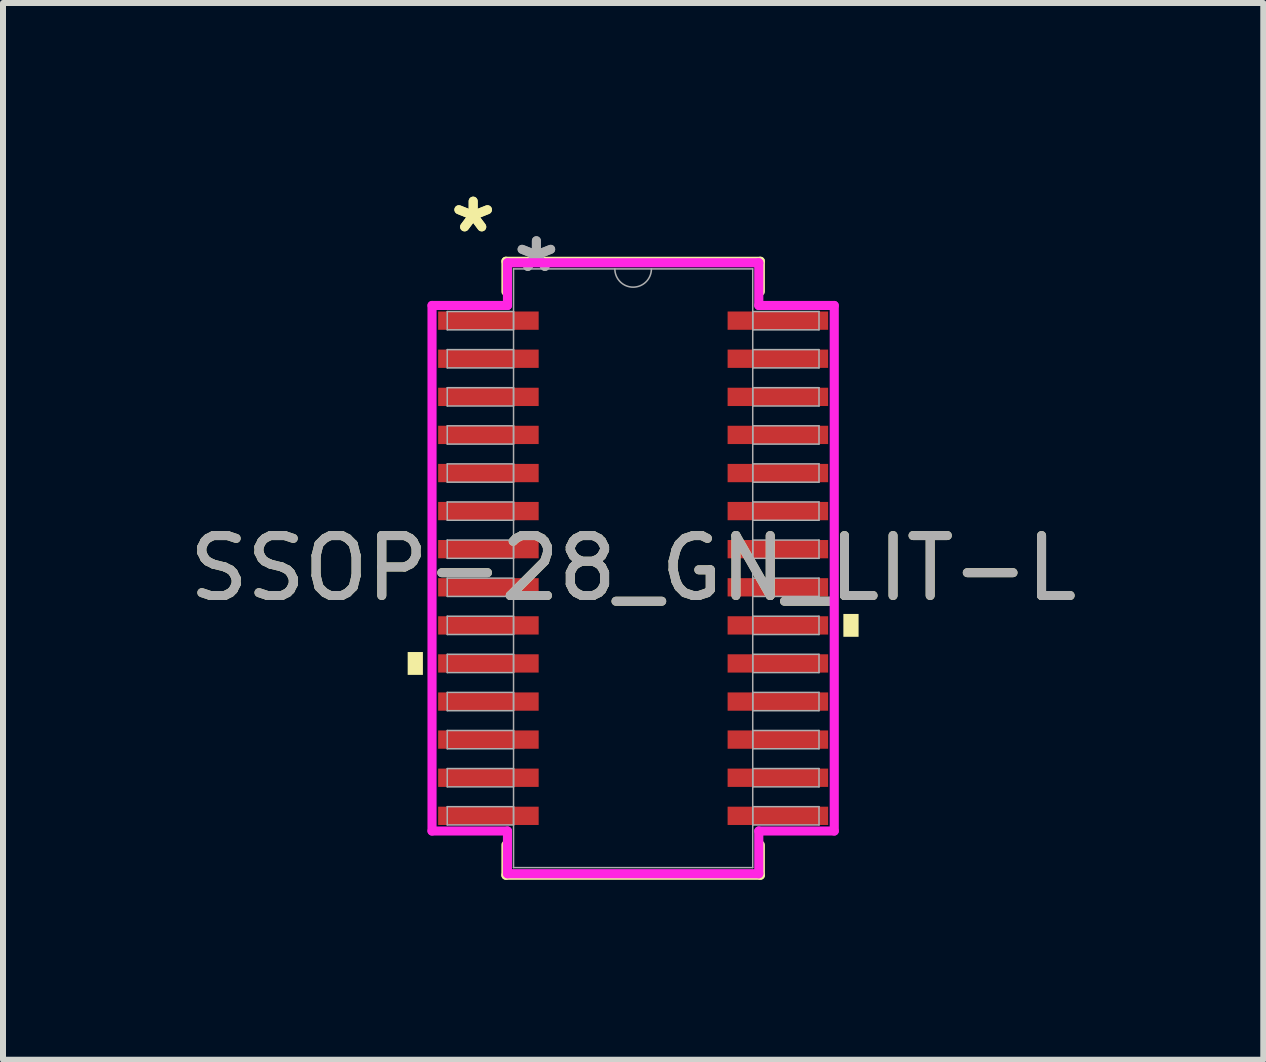
<source format=kicad_pcb>
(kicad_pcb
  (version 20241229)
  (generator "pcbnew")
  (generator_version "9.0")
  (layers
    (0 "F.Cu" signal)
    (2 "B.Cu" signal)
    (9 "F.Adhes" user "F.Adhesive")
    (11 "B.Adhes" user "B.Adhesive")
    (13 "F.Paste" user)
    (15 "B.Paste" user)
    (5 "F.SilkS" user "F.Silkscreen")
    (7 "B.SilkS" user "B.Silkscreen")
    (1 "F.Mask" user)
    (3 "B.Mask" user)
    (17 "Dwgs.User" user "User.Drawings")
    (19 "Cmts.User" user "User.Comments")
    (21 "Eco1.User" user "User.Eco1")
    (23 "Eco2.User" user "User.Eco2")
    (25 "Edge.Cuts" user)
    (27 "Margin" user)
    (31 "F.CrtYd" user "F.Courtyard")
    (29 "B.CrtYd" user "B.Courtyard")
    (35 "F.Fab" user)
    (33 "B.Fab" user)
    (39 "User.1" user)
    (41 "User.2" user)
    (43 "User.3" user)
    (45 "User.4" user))
  (footprint "SSOP-28_GN_LIT-L"
    (layer "F.Cu")
    (at 7.506 6.424)
    (property "Reference" "SSOP-28_GN_LIT-L" (at 0 0 0) (unlocked yes) (layer "F.SilkS") (effects (font (size 1 1) (thickness 0.15))))
    (attr smd)
    (fp_line (start -2.121 -5.118) (end -2.121 -4.613) (stroke (width 0.152) (type solid)) (layer "F.SilkS"))
    (fp_line (start -2.121 4.613) (end -2.121 5.118) (stroke (width 0.152) (type solid)) (layer "F.SilkS"))
    (fp_line (start -2.121 5.118) (end 2.121 5.118) (stroke (width 0.152) (type solid)) (layer "F.SilkS"))
    (fp_line (start 2.121 -5.118) (end -2.121 -5.118) (stroke (width 0.152) (type solid)) (layer "F.SilkS"))
    (fp_line (start 2.121 -4.613) (end 2.121 -5.118) (stroke (width 0.152) (type solid)) (layer "F.SilkS"))
    (fp_line (start 2.121 5.118) (end 2.121 4.613) (stroke (width 0.152) (type solid)) (layer "F.SilkS"))
    (fp_poly (pts (xy -3.759 1.397) (xy -3.759 1.778) (xy -3.505 1.778) (xy -3.505 1.397)) (stroke (width 0) (type solid)) (fill yes) (layer "F.SilkS"))
    (fp_poly (pts (xy 3.759 0.762) (xy 3.759 1.143) (xy 3.505 1.143) (xy 3.505 0.762)) (stroke (width 0) (type solid)) (fill yes) (layer "F.SilkS"))
    (fp_line (start -3.353 -4.381) (end -2.095 -4.381) (stroke (width 0.152) (type solid)) (layer "F.CrtYd"))
    (fp_line (start -3.353 4.381) (end -3.353 -4.381) (stroke (width 0.152) (type solid)) (layer "F.CrtYd"))
    (fp_line (start -3.353 4.381) (end -2.095 4.381) (stroke (width 0.152) (type solid)) (layer "F.CrtYd"))
    (fp_line (start -2.095 -5.093) (end 2.095 -5.093) (stroke (width 0.152) (type solid)) (layer "F.CrtYd"))
    (fp_line (start -2.095 -4.381) (end -2.095 -5.093) (stroke (width 0.152) (type solid)) (layer "F.CrtYd"))
    (fp_line (start -2.095 5.093) (end -2.095 4.381) (stroke (width 0.152) (type solid)) (layer "F.CrtYd"))
    (fp_line (start 2.095 -5.093) (end 2.095 -4.381) (stroke (width 0.152) (type solid)) (layer "F.CrtYd"))
    (fp_line (start 2.095 4.381) (end 2.095 5.093) (stroke (width 0.152) (type solid)) (layer "F.CrtYd"))
    (fp_line (start 2.095 5.093) (end -2.095 5.093) (stroke (width 0.152) (type solid)) (layer "F.CrtYd"))
    (fp_line (start 3.353 -4.381) (end 2.095 -4.381) (stroke (width 0.152) (type solid)) (layer "F.CrtYd"))
    (fp_line (start 3.353 -4.381) (end 3.353 4.381) (stroke (width 0.152) (type solid)) (layer "F.CrtYd"))
    (fp_line (start 3.353 4.381) (end 2.095 4.381) (stroke (width 0.152) (type solid)) (layer "F.CrtYd"))
    (fp_line (start -3.099 -4.28) (end -3.099 -3.975) (stroke (width 0.025) (type solid)) (layer "F.Fab"))
    (fp_line (start -3.099 -3.975) (end -1.994 -3.975) (stroke (width 0.025) (type solid)) (layer "F.Fab"))
    (fp_line (start -3.099 -3.645) (end -3.099 -3.34) (stroke (width 0.025) (type solid)) (layer "F.Fab"))
    (fp_line (start -3.099 -3.34) (end -1.994 -3.34) (stroke (width 0.025) (type solid)) (layer "F.Fab"))
    (fp_line (start -3.099 -3.01) (end -3.099 -2.705) (stroke (width 0.025) (type solid)) (layer "F.Fab"))
    (fp_line (start -3.099 -2.705) (end -1.994 -2.705) (stroke (width 0.025) (type solid)) (layer "F.Fab"))
    (fp_line (start -3.099 -2.375) (end -3.099 -2.07) (stroke (width 0.025) (type solid)) (layer "F.Fab"))
    (fp_line (start -3.099 -2.07) (end -1.994 -2.07) (stroke (width 0.025) (type solid)) (layer "F.Fab"))
    (fp_line (start -3.099 -1.74) (end -3.099 -1.435) (stroke (width 0.025) (type solid)) (layer "F.Fab"))
    (fp_line (start -3.099 -1.435) (end -1.994 -1.435) (stroke (width 0.025) (type solid)) (layer "F.Fab"))
    (fp_line (start -3.099 -1.105) (end -3.099 -0.8) (stroke (width 0.025) (type solid)) (layer "F.Fab"))
    (fp_line (start -3.099 -0.8) (end -1.994 -0.8) (stroke (width 0.025) (type solid)) (layer "F.Fab"))
    (fp_line (start -3.099 -0.47) (end -3.099 -0.165) (stroke (width 0.025) (type solid)) (layer "F.Fab"))
    (fp_line (start -3.099 -0.165) (end -1.994 -0.165) (stroke (width 0.025) (type solid)) (layer "F.Fab"))
    (fp_line (start -3.099 0.165) (end -3.099 0.47) (stroke (width 0.025) (type solid)) (layer "F.Fab"))
    (fp_line (start -3.099 0.47) (end -1.994 0.47) (stroke (width 0.025) (type solid)) (layer "F.Fab"))
    (fp_line (start -3.099 0.8) (end -3.099 1.105) (stroke (width 0.025) (type solid)) (layer "F.Fab"))
    (fp_line (start -3.099 1.105) (end -1.994 1.105) (stroke (width 0.025) (type solid)) (layer "F.Fab"))
    (fp_line (start -3.099 1.435) (end -3.099 1.74) (stroke (width 0.025) (type solid)) (layer "F.Fab"))
    (fp_line (start -3.099 1.74) (end -1.994 1.74) (stroke (width 0.025) (type solid)) (layer "F.Fab"))
    (fp_line (start -3.099 2.07) (end -3.099 2.375) (stroke (width 0.025) (type solid)) (layer "F.Fab"))
    (fp_line (start -3.099 2.375) (end -1.994 2.375) (stroke (width 0.025) (type solid)) (layer "F.Fab"))
    (fp_line (start -3.099 2.705) (end -3.099 3.01) (stroke (width 0.025) (type solid)) (layer "F.Fab"))
    (fp_line (start -3.099 3.01) (end -1.994 3.01) (stroke (width 0.025) (type solid)) (layer "F.Fab"))
    (fp_line (start -3.099 3.34) (end -3.099 3.645) (stroke (width 0.025) (type solid)) (layer "F.Fab"))
    (fp_line (start -3.099 3.645) (end -1.994 3.645) (stroke (width 0.025) (type solid)) (layer "F.Fab"))
    (fp_line (start -3.099 3.975) (end -3.099 4.28) (stroke (width 0.025) (type solid)) (layer "F.Fab"))
    (fp_line (start -3.099 4.28) (end -1.994 4.28) (stroke (width 0.025) (type solid)) (layer "F.Fab"))
    (fp_line (start -1.994 -4.991) (end -1.994 4.991) (stroke (width 0.025) (type solid)) (layer "F.Fab"))
    (fp_line (start -1.994 -4.28) (end -3.099 -4.28) (stroke (width 0.025) (type solid)) (layer "F.Fab"))
    (fp_line (start -1.994 -3.975) (end -1.994 -4.28) (stroke (width 0.025) (type solid)) (layer "F.Fab"))
    (fp_line (start -1.994 -3.645) (end -3.099 -3.645) (stroke (width 0.025) (type solid)) (layer "F.Fab"))
    (fp_line (start -1.994 -3.34) (end -1.994 -3.645) (stroke (width 0.025) (type solid)) (layer "F.Fab"))
    (fp_line (start -1.994 -3.01) (end -3.099 -3.01) (stroke (width 0.025) (type solid)) (layer "F.Fab"))
    (fp_line (start -1.994 -2.705) (end -1.994 -3.01) (stroke (width 0.025) (type solid)) (layer "F.Fab"))
    (fp_line (start -1.994 -2.375) (end -3.099 -2.375) (stroke (width 0.025) (type solid)) (layer "F.Fab"))
    (fp_line (start -1.994 -2.07) (end -1.994 -2.375) (stroke (width 0.025) (type solid)) (layer "F.Fab"))
    (fp_line (start -1.994 -1.74) (end -3.099 -1.74) (stroke (width 0.025) (type solid)) (layer "F.Fab"))
    (fp_line (start -1.994 -1.435) (end -1.994 -1.74) (stroke (width 0.025) (type solid)) (layer "F.Fab"))
    (fp_line (start -1.994 -1.105) (end -3.099 -1.105) (stroke (width 0.025) (type solid)) (layer "F.Fab"))
    (fp_line (start -1.994 -0.8) (end -1.994 -1.105) (stroke (width 0.025) (type solid)) (layer "F.Fab"))
    (fp_line (start -1.994 -0.47) (end -3.099 -0.47) (stroke (width 0.025) (type solid)) (layer "F.Fab"))
    (fp_line (start -1.994 -0.165) (end -1.994 -0.47) (stroke (width 0.025) (type solid)) (layer "F.Fab"))
    (fp_line (start -1.994 0.165) (end -3.099 0.165) (stroke (width 0.025) (type solid)) (layer "F.Fab"))
    (fp_line (start -1.994 0.47) (end -1.994 0.165) (stroke (width 0.025) (type solid)) (layer "F.Fab"))
    (fp_line (start -1.994 0.8) (end -3.099 0.8) (stroke (width 0.025) (type solid)) (layer "F.Fab"))
    (fp_line (start -1.994 1.105) (end -1.994 0.8) (stroke (width 0.025) (type solid)) (layer "F.Fab"))
    (fp_line (start -1.994 1.435) (end -3.099 1.435) (stroke (width 0.025) (type solid)) (layer "F.Fab"))
    (fp_line (start -1.994 1.74) (end -1.994 1.435) (stroke (width 0.025) (type solid)) (layer "F.Fab"))
    (fp_line (start -1.994 2.07) (end -3.099 2.07) (stroke (width 0.025) (type solid)) (layer "F.Fab"))
    (fp_line (start -1.994 2.375) (end -1.994 2.07) (stroke (width 0.025) (type solid)) (layer "F.Fab"))
    (fp_line (start -1.994 2.705) (end -3.099 2.705) (stroke (width 0.025) (type solid)) (layer "F.Fab"))
    (fp_line (start -1.994 3.01) (end -1.994 2.705) (stroke (width 0.025) (type solid)) (layer "F.Fab"))
    (fp_line (start -1.994 3.34) (end -3.099 3.34) (stroke (width 0.025) (type solid)) (layer "F.Fab"))
    (fp_line (start -1.994 3.645) (end -1.994 3.34) (stroke (width 0.025) (type solid)) (layer "F.Fab"))
    (fp_line (start -1.994 3.975) (end -3.099 3.975) (stroke (width 0.025) (type solid)) (layer "F.Fab"))
    (fp_line (start -1.994 4.28) (end -1.994 3.975) (stroke (width 0.025) (type solid)) (layer "F.Fab"))
    (fp_line (start -1.994 4.991) (end 1.994 4.991) (stroke (width 0.025) (type solid)) (layer "F.Fab"))
    (fp_line (start 1.994 -4.991) (end -1.994 -4.991) (stroke (width 0.025) (type solid)) (layer "F.Fab"))
    (fp_line (start 1.994 -4.28) (end 1.994 -3.975) (stroke (width 0.025) (type solid)) (layer "F.Fab"))
    (fp_line (start 1.994 -3.975) (end 3.099 -3.975) (stroke (width 0.025) (type solid)) (layer "F.Fab"))
    (fp_line (start 1.994 -3.645) (end 1.994 -3.34) (stroke (width 0.025) (type solid)) (layer "F.Fab"))
    (fp_line (start 1.994 -3.34) (end 3.099 -3.34) (stroke (width 0.025) (type solid)) (layer "F.Fab"))
    (fp_line (start 1.994 -3.01) (end 1.994 -2.705) (stroke (width 0.025) (type solid)) (layer "F.Fab"))
    (fp_line (start 1.994 -2.705) (end 3.099 -2.705) (stroke (width 0.025) (type solid)) (layer "F.Fab"))
    (fp_line (start 1.994 -2.375) (end 1.994 -2.07) (stroke (width 0.025) (type solid)) (layer "F.Fab"))
    (fp_line (start 1.994 -2.07) (end 3.099 -2.07) (stroke (width 0.025) (type solid)) (layer "F.Fab"))
    (fp_line (start 1.994 -1.74) (end 1.994 -1.435) (stroke (width 0.025) (type solid)) (layer "F.Fab"))
    (fp_line (start 1.994 -1.435) (end 3.099 -1.435) (stroke (width 0.025) (type solid)) (layer "F.Fab"))
    (fp_line (start 1.994 -1.105) (end 1.994 -0.8) (stroke (width 0.025) (type solid)) (layer "F.Fab"))
    (fp_line (start 1.994 -0.8) (end 3.099 -0.8) (stroke (width 0.025) (type solid)) (layer "F.Fab"))
    (fp_line (start 1.994 -0.47) (end 1.994 -0.165) (stroke (width 0.025) (type solid)) (layer "F.Fab"))
    (fp_line (start 1.994 -0.165) (end 3.099 -0.165) (stroke (width 0.025) (type solid)) (layer "F.Fab"))
    (fp_line (start 1.994 0.165) (end 1.994 0.47) (stroke (width 0.025) (type solid)) (layer "F.Fab"))
    (fp_line (start 1.994 0.47) (end 3.099 0.47) (stroke (width 0.025) (type solid)) (layer "F.Fab"))
    (fp_line (start 1.994 0.8) (end 1.994 1.105) (stroke (width 0.025) (type solid)) (layer "F.Fab"))
    (fp_line (start 1.994 1.105) (end 3.099 1.105) (stroke (width 0.025) (type solid)) (layer "F.Fab"))
    (fp_line (start 1.994 1.435) (end 1.994 1.74) (stroke (width 0.025) (type solid)) (layer "F.Fab"))
    (fp_line (start 1.994 1.74) (end 3.099 1.74) (stroke (width 0.025) (type solid)) (layer "F.Fab"))
    (fp_line (start 1.994 2.07) (end 1.994 2.375) (stroke (width 0.025) (type solid)) (layer "F.Fab"))
    (fp_line (start 1.994 2.375) (end 3.099 2.375) (stroke (width 0.025) (type solid)) (layer "F.Fab"))
    (fp_line (start 1.994 2.705) (end 1.994 3.01) (stroke (width 0.025) (type solid)) (layer "F.Fab"))
    (fp_line (start 1.994 3.01) (end 3.099 3.01) (stroke (width 0.025) (type solid)) (layer "F.Fab"))
    (fp_line (start 1.994 3.34) (end 1.994 3.645) (stroke (width 0.025) (type solid)) (layer "F.Fab"))
    (fp_line (start 1.994 3.645) (end 3.099 3.645) (stroke (width 0.025) (type solid)) (layer "F.Fab"))
    (fp_line (start 1.994 3.975) (end 1.994 4.28) (stroke (width 0.025) (type solid)) (layer "F.Fab"))
    (fp_line (start 1.994 4.28) (end 3.099 4.28) (stroke (width 0.025) (type solid)) (layer "F.Fab"))
    (fp_line (start 1.994 4.991) (end 1.994 -4.991) (stroke (width 0.025) (type solid)) (layer "F.Fab"))
    (fp_line (start 3.099 -4.28) (end 1.994 -4.28) (stroke (width 0.025) (type solid)) (layer "F.Fab"))
    (fp_line (start 3.099 -3.975) (end 3.099 -4.28) (stroke (width 0.025) (type solid)) (layer "F.Fab"))
    (fp_line (start 3.099 -3.645) (end 1.994 -3.645) (stroke (width 0.025) (type solid)) (layer "F.Fab"))
    (fp_line (start 3.099 -3.34) (end 3.099 -3.645) (stroke (width 0.025) (type solid)) (layer "F.Fab"))
    (fp_line (start 3.099 -3.01) (end 1.994 -3.01) (stroke (width 0.025) (type solid)) (layer "F.Fab"))
    (fp_line (start 3.099 -2.705) (end 3.099 -3.01) (stroke (width 0.025) (type solid)) (layer "F.Fab"))
    (fp_line (start 3.099 -2.375) (end 1.994 -2.375) (stroke (width 0.025) (type solid)) (layer "F.Fab"))
    (fp_line (start 3.099 -2.07) (end 3.099 -2.375) (stroke (width 0.025) (type solid)) (layer "F.Fab"))
    (fp_line (start 3.099 -1.74) (end 1.994 -1.74) (stroke (width 0.025) (type solid)) (layer "F.Fab"))
    (fp_line (start 3.099 -1.435) (end 3.099 -1.74) (stroke (width 0.025) (type solid)) (layer "F.Fab"))
    (fp_line (start 3.099 -1.105) (end 1.994 -1.105) (stroke (width 0.025) (type solid)) (layer "F.Fab"))
    (fp_line (start 3.099 -0.8) (end 3.099 -1.105) (stroke (width 0.025) (type solid)) (layer "F.Fab"))
    (fp_line (start 3.099 -0.47) (end 1.994 -0.47) (stroke (width 0.025) (type solid)) (layer "F.Fab"))
    (fp_line (start 3.099 -0.165) (end 3.099 -0.47) (stroke (width 0.025) (type solid)) (layer "F.Fab"))
    (fp_line (start 3.099 0.165) (end 1.994 0.165) (stroke (width 0.025) (type solid)) (layer "F.Fab"))
    (fp_line (start 3.099 0.47) (end 3.099 0.165) (stroke (width 0.025) (type solid)) (layer "F.Fab"))
    (fp_line (start 3.099 0.8) (end 1.994 0.8) (stroke (width 0.025) (type solid)) (layer "F.Fab"))
    (fp_line (start 3.099 1.105) (end 3.099 0.8) (stroke (width 0.025) (type solid)) (layer "F.Fab"))
    (fp_line (start 3.099 1.435) (end 1.994 1.435) (stroke (width 0.025) (type solid)) (layer "F.Fab"))
    (fp_line (start 3.099 1.74) (end 3.099 1.435) (stroke (width 0.025) (type solid)) (layer "F.Fab"))
    (fp_line (start 3.099 2.07) (end 1.994 2.07) (stroke (width 0.025) (type solid)) (layer "F.Fab"))
    (fp_line (start 3.099 2.375) (end 3.099 2.07) (stroke (width 0.025) (type solid)) (layer "F.Fab"))
    (fp_line (start 3.099 2.705) (end 1.994 2.705) (stroke (width 0.025) (type solid)) (layer "F.Fab"))
    (fp_line (start 3.099 3.01) (end 3.099 2.705) (stroke (width 0.025) (type solid)) (layer "F.Fab"))
    (fp_line (start 3.099 3.34) (end 1.994 3.34) (stroke (width 0.025) (type solid)) (layer "F.Fab"))
    (fp_line (start 3.099 3.645) (end 3.099 3.34) (stroke (width 0.025) (type solid)) (layer "F.Fab"))
    (fp_line (start 3.099 3.975) (end 1.994 3.975) (stroke (width 0.025) (type solid)) (layer "F.Fab"))
    (fp_line (start 3.099 4.28) (end 3.099 3.975) (stroke (width 0.025) (type solid)) (layer "F.Fab"))
    (fp_arc (start 0.3048 -4.9911) (mid 0 -4.6863) (end -0.3048 -4.9911) (stroke (width 0.0254) (type solid)) (layer "F.Fab"))
    (fp_text user "*" (at -2.667 -5.575 0) (layer "F.SilkS") (effects (font (size 1 1) (thickness 0.15))))
    (fp_text user "*" (at -2.667 -5.575 0) (unlocked yes) (layer "F.SilkS") (effects (font (size 1 1) (thickness 0.15))))
    (fp_text user "*" (at -1.613 -4.915 0) (layer "F.Fab") (effects (font (size 1 1) (thickness 0.15))))
    (fp_text user "*" (at -1.613 -4.915 0) (unlocked yes) (layer "F.Fab") (effects (font (size 1 1) (thickness 0.15))))
    (fp_text user "${REFERENCE}" (at 0 0 0) (unlocked yes) (layer "F.Fab") (effects (font (size 1 1) (thickness 0.15))))
    (pad "1" smd rect (at -2.413 -4.128) (size 1.676 0.305) (layers "F.Cu" "F.Mask" "F.Paste"))
    (pad "2" smd rect (at -2.413 -3.493) (size 1.676 0.305) (layers "F.Cu" "F.Mask" "F.Paste"))
    (pad "3" smd rect (at -2.413 -2.857) (size 1.676 0.305) (layers "F.Cu" "F.Mask" "F.Paste"))
    (pad "4" smd rect (at -2.413 -2.223) (size 1.676 0.305) (layers "F.Cu" "F.Mask" "F.Paste"))
    (pad "5" smd rect (at -2.413 -1.587) (size 1.676 0.305) (layers "F.Cu" "F.Mask" "F.Paste"))
    (pad "6" smd rect (at -2.413 -0.953) (size 1.676 0.305) (layers "F.Cu" "F.Mask" "F.Paste"))
    (pad "7" smd rect (at -2.413 -0.318) (size 1.676 0.305) (layers "F.Cu" "F.Mask" "F.Paste"))
    (pad "8" smd rect (at -2.413 0.318) (size 1.676 0.305) (layers "F.Cu" "F.Mask" "F.Paste"))
    (pad "9" smd rect (at -2.413 0.953) (size 1.676 0.305) (layers "F.Cu" "F.Mask" "F.Paste"))
    (pad "10" smd rect (at -2.413 1.587) (size 1.676 0.305) (layers "F.Cu" "F.Mask" "F.Paste"))
    (pad "11" smd rect (at -2.413 2.223) (size 1.676 0.305) (layers "F.Cu" "F.Mask" "F.Paste"))
    (pad "12" smd rect (at -2.413 2.857) (size 1.676 0.305) (layers "F.Cu" "F.Mask" "F.Paste"))
    (pad "13" smd rect (at -2.413 3.493) (size 1.676 0.305) (layers "F.Cu" "F.Mask" "F.Paste"))
    (pad "14" smd rect (at -2.413 4.128) (size 1.676 0.305) (layers "F.Cu" "F.Mask" "F.Paste"))
    (pad "15" smd rect (at 2.413 4.128) (size 1.676 0.305) (layers "F.Cu" "F.Mask" "F.Paste"))
    (pad "16" smd rect (at 2.413 3.493) (size 1.676 0.305) (layers "F.Cu" "F.Mask" "F.Paste"))
    (pad "17" smd rect (at 2.413 2.857) (size 1.676 0.305) (layers "F.Cu" "F.Mask" "F.Paste"))
    (pad "18" smd rect (at 2.413 2.223) (size 1.676 0.305) (layers "F.Cu" "F.Mask" "F.Paste"))
    (pad "19" smd rect (at 2.413 1.587) (size 1.676 0.305) (layers "F.Cu" "F.Mask" "F.Paste"))
    (pad "20" smd rect (at 2.413 0.953) (size 1.676 0.305) (layers "F.Cu" "F.Mask" "F.Paste"))
    (pad "21" smd rect (at 2.413 0.318) (size 1.676 0.305) (layers "F.Cu" "F.Mask" "F.Paste"))
    (pad "22" smd rect (at 2.413 -0.318) (size 1.676 0.305) (layers "F.Cu" "F.Mask" "F.Paste"))
    (pad "23" smd rect (at 2.413 -0.953) (size 1.676 0.305) (layers "F.Cu" "F.Mask" "F.Paste"))
    (pad "24" smd rect (at 2.413 -1.587) (size 1.676 0.305) (layers "F.Cu" "F.Mask" "F.Paste"))
    (pad "25" smd rect (at 2.413 -2.223) (size 1.676 0.305) (layers "F.Cu" "F.Mask" "F.Paste"))
    (pad "26" smd rect (at 2.413 -2.857) (size 1.676 0.305) (layers "F.Cu" "F.Mask" "F.Paste"))
    (pad "27" smd rect (at 2.413 -3.493) (size 1.676 0.305) (layers "F.Cu" "F.Mask" "F.Paste"))
    (pad "28" smd rect (at 2.413 -4.128) (size 1.676 0.305) (layers "F.Cu" "F.Mask" "F.Paste")))
  (gr_rect
    (start -3 -3)
    (end 18.012 14.618)
    (stroke (width 0.1) (type default))
    (fill no)
    (layer "Edge.Cuts")))
</source>
